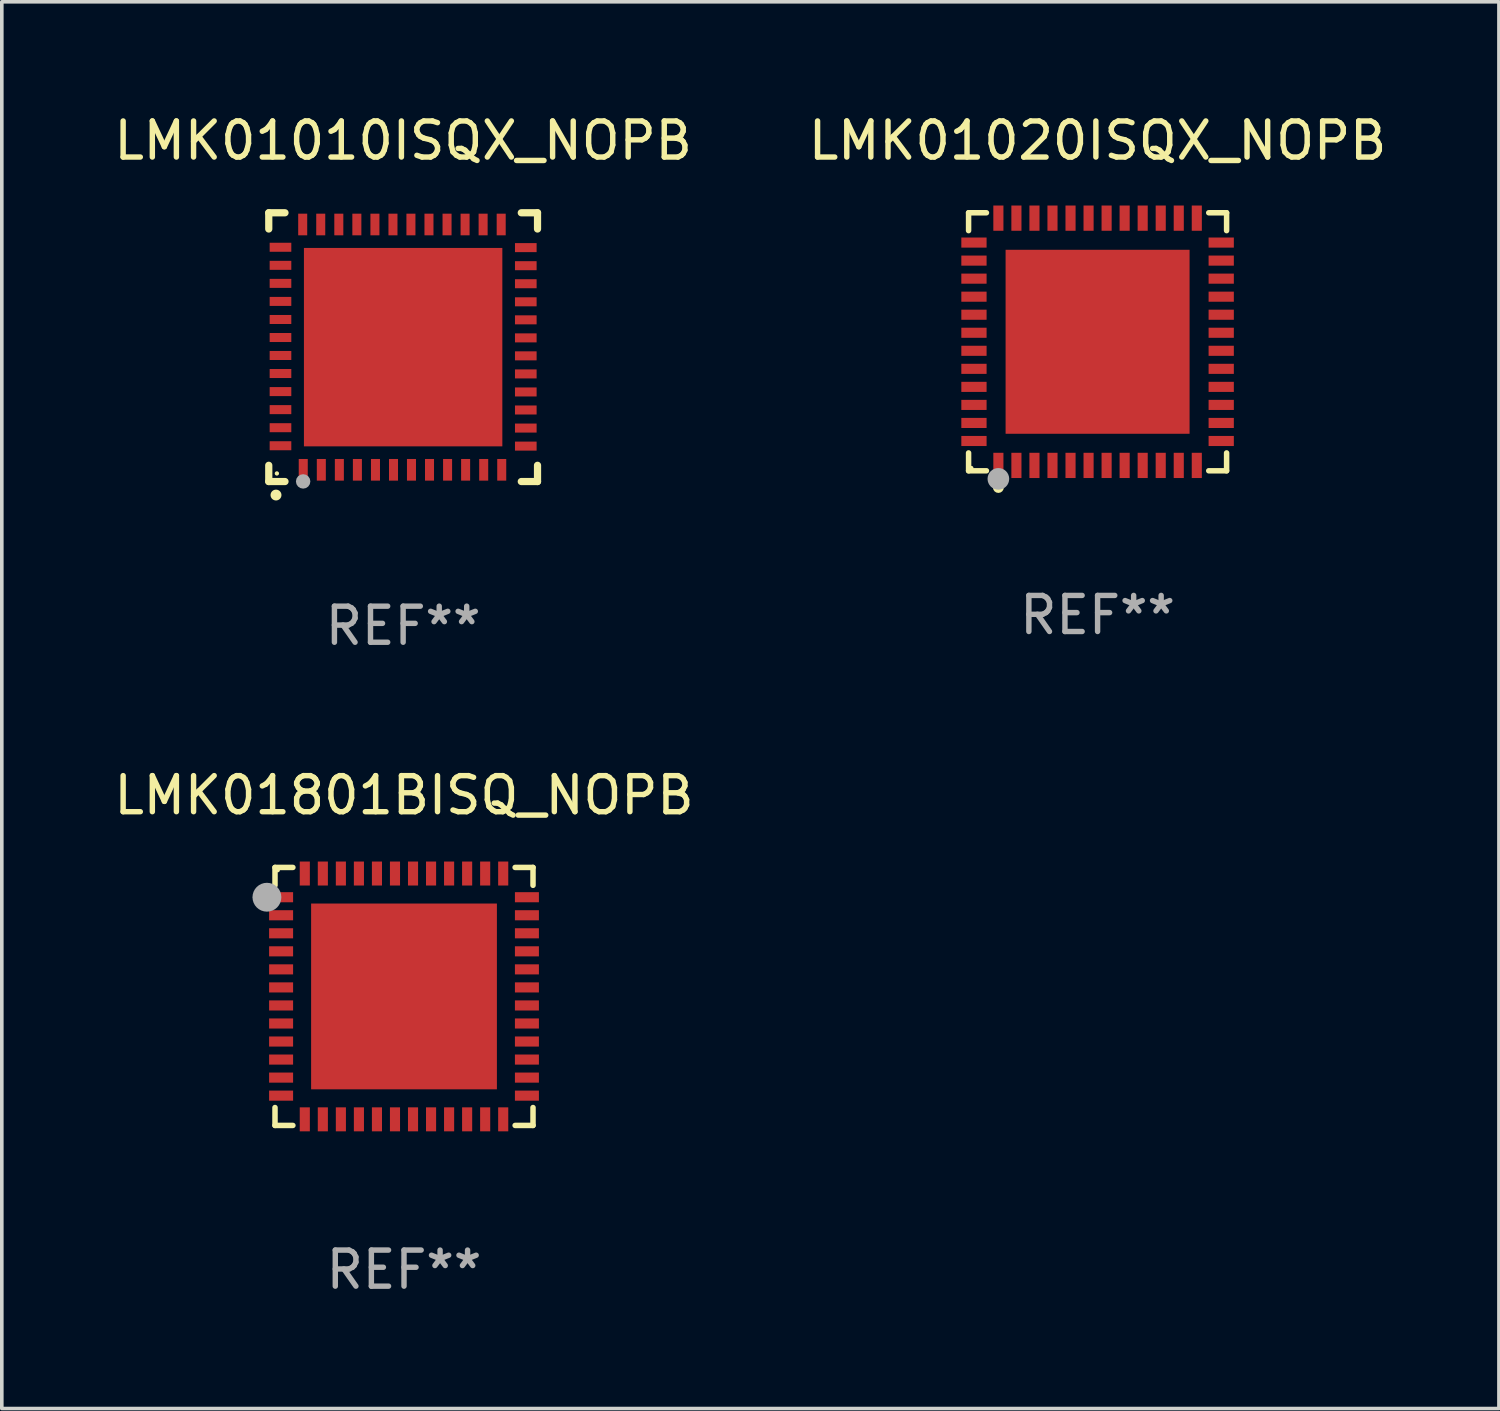
<source format=kicad_pcb>
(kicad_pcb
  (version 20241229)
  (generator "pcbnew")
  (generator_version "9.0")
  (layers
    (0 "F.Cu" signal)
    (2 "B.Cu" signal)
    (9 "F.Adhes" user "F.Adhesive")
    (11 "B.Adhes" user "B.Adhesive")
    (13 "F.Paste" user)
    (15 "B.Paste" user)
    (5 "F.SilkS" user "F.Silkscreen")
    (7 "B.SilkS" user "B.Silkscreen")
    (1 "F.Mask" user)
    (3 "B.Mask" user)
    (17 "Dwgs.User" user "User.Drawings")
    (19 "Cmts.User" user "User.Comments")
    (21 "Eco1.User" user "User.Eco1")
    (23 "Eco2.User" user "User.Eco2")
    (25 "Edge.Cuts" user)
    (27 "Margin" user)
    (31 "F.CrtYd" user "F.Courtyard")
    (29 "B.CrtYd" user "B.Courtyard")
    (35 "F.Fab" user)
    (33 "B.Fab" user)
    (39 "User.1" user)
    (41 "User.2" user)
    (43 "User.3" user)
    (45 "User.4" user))
  (footprint "LMK01010ISQX_NOPB"
    (layer "F.Cu")
    (at 8.125 6.573)
    (property "Reference" "LMK01010ISQX_NOPB" (at 0 -5.725 0) (layer "F.SilkS") (effects (font (size 1 1) (thickness 0.15))))
    (attr through_hole)
    (fp_line (start -3.725 -3.725) (end -3.275 -3.725) (stroke (width 0.2) (type solid)) (layer "F.SilkS"))
    (fp_line (start -3.725 -3.275) (end -3.725 -3.725) (stroke (width 0.2) (type solid)) (layer "F.SilkS"))
    (fp_line (start -3.725 3.725) (end -3.725 3.275) (stroke (width 0.2) (type solid)) (layer "F.SilkS"))
    (fp_line (start -3.275 3.725) (end -3.725 3.725) (stroke (width 0.2) (type solid)) (layer "F.SilkS"))
    (fp_line (start 3.275 3.725) (end 3.725 3.725) (stroke (width 0.2) (type solid)) (layer "F.SilkS"))
    (fp_line (start 3.725 -3.725) (end 3.275 -3.725) (stroke (width 0.2) (type solid)) (layer "F.SilkS"))
    (fp_line (start 3.725 -3.275) (end 3.725 -3.725) (stroke (width 0.2) (type solid)) (layer "F.SilkS"))
    (fp_line (start 3.725 3.725) (end 3.725 3.275) (stroke (width 0.2) (type solid)) (layer "F.SilkS"))
    (fp_arc (start -3.525527 4.099568) (mid -3.524257 4.099563) (end -3.522987 4.099568) (stroke (width 0.3) (type solid)) (layer "F.SilkS"))
    (fp_circle (center -3.5 3.501) (end -3.47 3.501) (stroke (width 0.06) (type solid)) (fill no) (layer "F.SilkS"))
    (fp_circle (center -2.772 3.722) (end -2.672 3.722) (stroke (width 0.2) (type solid)) (fill no) (layer "F.Fab"))
    (fp_text user "REF**" (at 0 7.725 0) (layer "F.Fab") (effects (font (size 1 1) (thickness 0.15))))
    (pad "1" smd rect (at -2.769 3.4 180) (size 0.25 0.6) (layers "F.Cu" "F.Mask" "F.Paste"))
    (pad "2" smd rect (at -2.268 3.4 180) (size 0.25 0.6) (layers "F.Cu" "F.Mask" "F.Paste"))
    (pad "3" smd rect (at -1.768 3.4 180) (size 0.25 0.6) (layers "F.Cu" "F.Mask" "F.Paste"))
    (pad "4" smd rect (at -1.268 3.4 180) (size 0.25 0.6) (layers "F.Cu" "F.Mask" "F.Paste"))
    (pad "5" smd rect (at -0.767 3.4 180) (size 0.25 0.6) (layers "F.Cu" "F.Mask" "F.Paste"))
    (pad "6" smd rect (at -0.267 3.4 180) (size 0.25 0.6) (layers "F.Cu" "F.Mask" "F.Paste"))
    (pad "7" smd rect (at 0.231 3.4 180) (size 0.25 0.6) (layers "F.Cu" "F.Mask" "F.Paste"))
    (pad "8" smd rect (at 0.731 3.4 180) (size 0.25 0.6) (layers "F.Cu" "F.Mask" "F.Paste"))
    (pad "9" smd rect (at 1.232 3.4 180) (size 0.25 0.6) (layers "F.Cu" "F.Mask" "F.Paste"))
    (pad "10" smd rect (at 1.732 3.4 180) (size 0.25 0.6) (layers "F.Cu" "F.Mask" "F.Paste"))
    (pad "11" smd rect (at 2.233 3.4 180) (size 0.25 0.6) (layers "F.Cu" "F.Mask" "F.Paste"))
    (pad "12" smd rect (at 2.733 3.4 180) (size 0.25 0.6) (layers "F.Cu" "F.Mask" "F.Paste"))
    (pad "13" smd rect (at 3.4 2.743 90) (size 0.25 0.6) (layers "F.Cu" "F.Mask" "F.Paste"))
    (pad "14" smd rect (at 3.4 2.243 90) (size 0.25 0.6) (layers "F.Cu" "F.Mask" "F.Paste"))
    (pad "15" smd rect (at 3.4 1.742 90) (size 0.25 0.6) (layers "F.Cu" "F.Mask" "F.Paste"))
    (pad "16" smd rect (at 3.4 1.242 90) (size 0.25 0.6) (layers "F.Cu" "F.Mask" "F.Paste"))
    (pad "17" smd rect (at 3.4 0.742 90) (size 0.25 0.6) (layers "F.Cu" "F.Mask" "F.Paste"))
    (pad "18" smd rect (at 3.4 0.241 90) (size 0.25 0.6) (layers "F.Cu" "F.Mask" "F.Paste"))
    (pad "19" smd rect (at 3.4 -0.257 90) (size 0.25 0.6) (layers "F.Cu" "F.Mask" "F.Paste"))
    (pad "20" smd rect (at 3.4 -0.757 90) (size 0.25 0.6) (layers "F.Cu" "F.Mask" "F.Paste"))
    (pad "21" smd rect (at 3.4 -1.257 90) (size 0.25 0.6) (layers "F.Cu" "F.Mask" "F.Paste"))
    (pad "22" smd rect (at 3.4 -1.758 90) (size 0.25 0.6) (layers "F.Cu" "F.Mask" "F.Paste"))
    (pad "23" smd rect (at 3.4 -2.258 90) (size 0.25 0.6) (layers "F.Cu" "F.Mask" "F.Paste"))
    (pad "24" smd rect (at 3.4 -2.759 90) (size 0.25 0.6) (layers "F.Cu" "F.Mask" "F.Paste"))
    (pad "25" smd rect (at 2.718 -3.4 180) (size 0.25 0.6) (layers "F.Cu" "F.Mask" "F.Paste"))
    (pad "26" smd rect (at 2.217 -3.4 180) (size 0.25 0.6) (layers "F.Cu" "F.Mask" "F.Paste"))
    (pad "27" smd rect (at 1.717 -3.4 180) (size 0.25 0.6) (layers "F.Cu" "F.Mask" "F.Paste"))
    (pad "28" smd rect (at 1.217 -3.4 180) (size 0.25 0.6) (layers "F.Cu" "F.Mask" "F.Paste"))
    (pad "29" smd rect (at 0.716 -3.4 180) (size 0.25 0.6) (layers "F.Cu" "F.Mask" "F.Paste"))
    (pad "30" smd rect (at 0.216 -3.4 180) (size 0.25 0.6) (layers "F.Cu" "F.Mask" "F.Paste"))
    (pad "31" smd rect (at -0.282 -3.4 180) (size 0.25 0.6) (layers "F.Cu" "F.Mask" "F.Paste"))
    (pad "32" smd rect (at -0.782 -3.4 180) (size 0.25 0.6) (layers "F.Cu" "F.Mask" "F.Paste"))
    (pad "33" smd rect (at -1.283 -3.4 180) (size 0.25 0.6) (layers "F.Cu" "F.Mask" "F.Paste"))
    (pad "34" smd rect (at -1.783 -3.4 180) (size 0.25 0.6) (layers "F.Cu" "F.Mask" "F.Paste"))
    (pad "35" smd rect (at -2.284 -3.4 180) (size 0.25 0.6) (layers "F.Cu" "F.Mask" "F.Paste"))
    (pad "36" smd rect (at -2.784 -3.4 180) (size 0.25 0.6) (layers "F.Cu" "F.Mask" "F.Paste"))
    (pad "37" smd rect (at -3.4 -2.769 90) (size 0.25 0.6) (layers "F.Cu" "F.Mask" "F.Paste"))
    (pad "38" smd rect (at -3.4 -2.268 90) (size 0.25 0.6) (layers "F.Cu" "F.Mask" "F.Paste"))
    (pad "39" smd rect (at -3.4 -1.768 90) (size 0.25 0.6) (layers "F.Cu" "F.Mask" "F.Paste"))
    (pad "40" smd rect (at -3.4 -1.268 90) (size 0.25 0.6) (layers "F.Cu" "F.Mask" "F.Paste"))
    (pad "41" smd rect (at -3.4 -0.767 90) (size 0.25 0.6) (layers "F.Cu" "F.Mask" "F.Paste"))
    (pad "42" smd rect (at -3.4 -0.267 90) (size 0.25 0.6) (layers "F.Cu" "F.Mask" "F.Paste"))
    (pad "43" smd rect (at -3.4 0.231 90) (size 0.25 0.6) (layers "F.Cu" "F.Mask" "F.Paste"))
    (pad "44" smd rect (at -3.4 0.731 90) (size 0.25 0.6) (layers "F.Cu" "F.Mask" "F.Paste"))
    (pad "45" smd rect (at -3.4 1.232 90) (size 0.25 0.6) (layers "F.Cu" "F.Mask" "F.Paste"))
    (pad "46" smd rect (at -3.4 1.732 90) (size 0.25 0.6) (layers "F.Cu" "F.Mask" "F.Paste"))
    (pad "47" smd rect (at -3.4 2.233 90) (size 0.25 0.6) (layers "F.Cu" "F.Mask" "F.Paste"))
    (pad "48" smd rect (at -3.4 2.733 90) (size 0.25 0.6) (layers "F.Cu" "F.Mask" "F.Paste"))
    (pad "49" smd rect (at -0.000076 -0.000076 90) (size 5.5 5.5) (layers "F.Cu" "F.Mask" "F.Paste")))
  (footprint "LMK01020ISQX_NOPB"
    (layer "F.Cu")
    (at 27.375 6.424)
    (property "Reference" "LMK01020ISQX_NOPB" (at 0 -5.576 0) (layer "F.SilkS") (effects (font (size 1 1) (thickness 0.15))))
    (attr through_hole)
    (fp_line (start -3.576 -3.576) (end -3.081 -3.576) (stroke (width 0.152) (type solid)) (layer "F.SilkS"))
    (fp_line (start -3.576 -3.081) (end -3.576 -3.576) (stroke (width 0.152) (type solid)) (layer "F.SilkS"))
    (fp_line (start -3.576 3.081) (end -3.576 3.576) (stroke (width 0.152) (type solid)) (layer "F.SilkS"))
    (fp_line (start -3.576 3.576) (end -3.081 3.576) (stroke (width 0.152) (type solid)) (layer "F.SilkS"))
    (fp_line (start 3.576 -3.576) (end 3.081 -3.576) (stroke (width 0.152) (type solid)) (layer "F.SilkS"))
    (fp_line (start 3.576 -3.081) (end 3.576 -3.576) (stroke (width 0.152) (type solid)) (layer "F.SilkS"))
    (fp_line (start 3.576 3.081) (end 3.576 3.576) (stroke (width 0.152) (type solid)) (layer "F.SilkS"))
    (fp_line (start 3.576 3.576) (end 3.081 3.576) (stroke (width 0.152) (type solid)) (layer "F.SilkS"))
    (fp_circle (center -3.5 3.5) (end -3.47 3.5) (stroke (width 0.06) (type solid)) (fill no) (layer "F.SilkS"))
    (fp_circle (center -2.75 4.04) (end -2.675 4.04) (stroke (width 0.15) (type solid)) (fill no) (layer "F.SilkS"))
    (fp_circle (center -2.75 3.8) (end -2.6 3.8) (stroke (width 0.3) (type solid)) (fill no) (layer "F.Fab"))
    (fp_text user "REF**" (at 0 7.576 0) (layer "F.Fab") (effects (font (size 1 1) (thickness 0.15))))
    (pad "1" smd rect (at -2.75 3.427) (size 0.28 0.7) (layers "F.Cu" "F.Mask" "F.Paste"))
    (pad "2" smd rect (at -2.25 3.427) (size 0.28 0.7) (layers "F.Cu" "F.Mask" "F.Paste"))
    (pad "3" smd rect (at -1.75 3.427) (size 0.28 0.7) (layers "F.Cu" "F.Mask" "F.Paste"))
    (pad "4" smd rect (at -1.25 3.427) (size 0.28 0.7) (layers "F.Cu" "F.Mask" "F.Paste"))
    (pad "5" smd rect (at -0.75 3.427) (size 0.28 0.7) (layers "F.Cu" "F.Mask" "F.Paste"))
    (pad "6" smd rect (at -0.25 3.427) (size 0.28 0.7) (layers "F.Cu" "F.Mask" "F.Paste"))
    (pad "7" smd rect (at 0.25 3.427) (size 0.28 0.7) (layers "F.Cu" "F.Mask" "F.Paste"))
    (pad "8" smd rect (at 0.75 3.427) (size 0.28 0.7) (layers "F.Cu" "F.Mask" "F.Paste"))
    (pad "9" smd rect (at 1.25 3.427) (size 0.28 0.7) (layers "F.Cu" "F.Mask" "F.Paste"))
    (pad "10" smd rect (at 1.75 3.427) (size 0.28 0.7) (layers "F.Cu" "F.Mask" "F.Paste"))
    (pad "11" smd rect (at 2.25 3.427) (size 0.28 0.7) (layers "F.Cu" "F.Mask" "F.Paste"))
    (pad "12" smd rect (at 2.75 3.427) (size 0.28 0.7) (layers "F.Cu" "F.Mask" "F.Paste"))
    (pad "13" smd rect (at 3.427 2.75) (size 0.7 0.28) (layers "F.Cu" "F.Mask" "F.Paste"))
    (pad "14" smd rect (at 3.427 2.25) (size 0.7 0.28) (layers "F.Cu" "F.Mask" "F.Paste"))
    (pad "15" smd rect (at 3.427 1.75) (size 0.7 0.28) (layers "F.Cu" "F.Mask" "F.Paste"))
    (pad "16" smd rect (at 3.427 1.25) (size 0.7 0.28) (layers "F.Cu" "F.Mask" "F.Paste"))
    (pad "17" smd rect (at 3.427 0.75) (size 0.7 0.28) (layers "F.Cu" "F.Mask" "F.Paste"))
    (pad "18" smd rect (at 3.427 0.25) (size 0.7 0.28) (layers "F.Cu" "F.Mask" "F.Paste"))
    (pad "19" smd rect (at 3.427 -0.25) (size 0.7 0.28) (layers "F.Cu" "F.Mask" "F.Paste"))
    (pad "20" smd rect (at 3.427 -0.75) (size 0.7 0.28) (layers "F.Cu" "F.Mask" "F.Paste"))
    (pad "21" smd rect (at 3.427 -1.25) (size 0.7 0.28) (layers "F.Cu" "F.Mask" "F.Paste"))
    (pad "22" smd rect (at 3.427 -1.75) (size 0.7 0.28) (layers "F.Cu" "F.Mask" "F.Paste"))
    (pad "23" smd rect (at 3.427 -2.25) (size 0.7 0.28) (layers "F.Cu" "F.Mask" "F.Paste"))
    (pad "24" smd rect (at 3.427 -2.75) (size 0.7 0.28) (layers "F.Cu" "F.Mask" "F.Paste"))
    (pad "25" smd rect (at 2.75 -3.427) (size 0.28 0.7) (layers "F.Cu" "F.Mask" "F.Paste"))
    (pad "26" smd rect (at 2.25 -3.427) (size 0.28 0.7) (layers "F.Cu" "F.Mask" "F.Paste"))
    (pad "27" smd rect (at 1.75 -3.427) (size 0.28 0.7) (layers "F.Cu" "F.Mask" "F.Paste"))
    (pad "28" smd rect (at 1.25 -3.427) (size 0.28 0.7) (layers "F.Cu" "F.Mask" "F.Paste"))
    (pad "29" smd rect (at 0.75 -3.427) (size 0.28 0.7) (layers "F.Cu" "F.Mask" "F.Paste"))
    (pad "30" smd rect (at 0.25 -3.427) (size 0.28 0.7) (layers "F.Cu" "F.Mask" "F.Paste"))
    (pad "31" smd rect (at -0.25 -3.427) (size 0.28 0.7) (layers "F.Cu" "F.Mask" "F.Paste"))
    (pad "32" smd rect (at -0.75 -3.427) (size 0.28 0.7) (layers "F.Cu" "F.Mask" "F.Paste"))
    (pad "33" smd rect (at -1.25 -3.427) (size 0.28 0.7) (layers "F.Cu" "F.Mask" "F.Paste"))
    (pad "34" smd rect (at -1.75 -3.427) (size 0.28 0.7) (layers "F.Cu" "F.Mask" "F.Paste"))
    (pad "35" smd rect (at -2.25 -3.427) (size 0.28 0.7) (layers "F.Cu" "F.Mask" "F.Paste"))
    (pad "36" smd rect (at -2.75 -3.427) (size 0.28 0.7) (layers "F.Cu" "F.Mask" "F.Paste"))
    (pad "37" smd rect (at -3.427 -2.75) (size 0.7 0.28) (layers "F.Cu" "F.Mask" "F.Paste"))
    (pad "38" smd rect (at -3.427 -2.25) (size 0.7 0.28) (layers "F.Cu" "F.Mask" "F.Paste"))
    (pad "39" smd rect (at -3.427 -1.75) (size 0.7 0.28) (layers "F.Cu" "F.Mask" "F.Paste"))
    (pad "40" smd rect (at -3.427 -1.25) (size 0.7 0.28) (layers "F.Cu" "F.Mask" "F.Paste"))
    (pad "41" smd rect (at -3.427 -0.75) (size 0.7 0.28) (layers "F.Cu" "F.Mask" "F.Paste"))
    (pad "42" smd rect (at -3.427 -0.25) (size 0.7 0.28) (layers "F.Cu" "F.Mask" "F.Paste"))
    (pad "43" smd rect (at -3.427 0.25) (size 0.7 0.28) (layers "F.Cu" "F.Mask" "F.Paste"))
    (pad "44" smd rect (at -3.427 0.75) (size 0.7 0.28) (layers "F.Cu" "F.Mask" "F.Paste"))
    (pad "45" smd rect (at -3.427 1.25) (size 0.7 0.28) (layers "F.Cu" "F.Mask" "F.Paste"))
    (pad "46" smd rect (at -3.427 1.75) (size 0.7 0.28) (layers "F.Cu" "F.Mask" "F.Paste"))
    (pad "47" smd rect (at -3.427 2.25) (size 0.7 0.28) (layers "F.Cu" "F.Mask" "F.Paste"))
    (pad "48" smd rect (at -3.427 2.75) (size 0.7 0.28) (layers "F.Cu" "F.Mask" "F.Paste"))
    (pad "49" smd rect (at 0 0) (size 5.1 5.1) (layers "F.Cu" "F.Mask" "F.Paste")))
  (footprint "LMK01801BISQ_NOPB"
    (layer "F.Cu")
    (at 8.149 24.571)
    (property "Reference" "LMK01801BISQ_NOPB" (at 0 -5.576 0) (layer "F.SilkS") (effects (font (size 1 1) (thickness 0.15))))
    (attr through_hole)
    (fp_line (start -3.576 -3.576) (end -3.576 -3.08) (stroke (width 0.152) (type solid)) (layer "F.SilkS"))
    (fp_line (start -3.576 3.576) (end -3.576 3.08) (stroke (width 0.152) (type solid)) (layer "F.SilkS"))
    (fp_line (start -3.08 -3.576) (end -3.576 -3.576) (stroke (width 0.152) (type solid)) (layer "F.SilkS"))
    (fp_line (start -3.08 3.576) (end -3.576 3.576) (stroke (width 0.152) (type solid)) (layer "F.SilkS"))
    (fp_line (start 3.08 -3.576) (end 3.576 -3.576) (stroke (width 0.152) (type solid)) (layer "F.SilkS"))
    (fp_line (start 3.08 3.576) (end 3.576 3.576) (stroke (width 0.152) (type solid)) (layer "F.SilkS"))
    (fp_line (start 3.576 -3.576) (end 3.576 -3.08) (stroke (width 0.152) (type solid)) (layer "F.SilkS"))
    (fp_line (start 3.576 3.576) (end 3.576 3.08) (stroke (width 0.152) (type solid)) (layer "F.SilkS"))
    (fp_circle (center -4.04 -2.75) (end -3.965 -2.75) (stroke (width 0.15) (type solid)) (fill no) (layer "F.SilkS"))
    (fp_circle (center -3.5 -3.5) (end -3.47 -3.5) (stroke (width 0.06) (type solid)) (fill no) (layer "F.SilkS"))
    (fp_circle (center -3.8 -2.75) (end -3.6 -2.75) (stroke (width 0.4) (type solid)) (fill no) (layer "F.Fab"))
    (fp_text user "REF**" (at 0 7.576 0) (layer "F.Fab") (effects (font (size 1 1) (thickness 0.15))))
    (pad "1" smd rect (at -3.407 -2.75) (size 0.665 0.28) (layers "F.Cu" "F.Mask" "F.Paste"))
    (pad "2" smd rect (at -3.407 -2.25) (size 0.665 0.28) (layers "F.Cu" "F.Mask" "F.Paste"))
    (pad "3" smd rect (at -3.407 -1.75) (size 0.665 0.28) (layers "F.Cu" "F.Mask" "F.Paste"))
    (pad "4" smd rect (at -3.407 -1.25) (size 0.665 0.28) (layers "F.Cu" "F.Mask" "F.Paste"))
    (pad "5" smd rect (at -3.407 -0.75) (size 0.665 0.28) (layers "F.Cu" "F.Mask" "F.Paste"))
    (pad "6" smd rect (at -3.407 -0.25) (size 0.665 0.28) (layers "F.Cu" "F.Mask" "F.Paste"))
    (pad "7" smd rect (at -3.407 0.25) (size 0.665 0.28) (layers "F.Cu" "F.Mask" "F.Paste"))
    (pad "8" smd rect (at -3.407 0.75) (size 0.665 0.28) (layers "F.Cu" "F.Mask" "F.Paste"))
    (pad "9" smd rect (at -3.407 1.25) (size 0.665 0.28) (layers "F.Cu" "F.Mask" "F.Paste"))
    (pad "10" smd rect (at -3.407 1.75) (size 0.665 0.28) (layers "F.Cu" "F.Mask" "F.Paste"))
    (pad "11" smd rect (at -3.407 2.25) (size 0.665 0.28) (layers "F.Cu" "F.Mask" "F.Paste"))
    (pad "12" smd rect (at -3.407 2.75) (size 0.665 0.28) (layers "F.Cu" "F.Mask" "F.Paste"))
    (pad "13" smd rect (at -2.75 3.407) (size 0.28 0.665) (layers "F.Cu" "F.Mask" "F.Paste"))
    (pad "14" smd rect (at -2.25 3.407) (size 0.28 0.665) (layers "F.Cu" "F.Mask" "F.Paste"))
    (pad "15" smd rect (at -1.75 3.407) (size 0.28 0.665) (layers "F.Cu" "F.Mask" "F.Paste"))
    (pad "16" smd rect (at -1.25 3.407) (size 0.28 0.665) (layers "F.Cu" "F.Mask" "F.Paste"))
    (pad "17" smd rect (at -0.75 3.407) (size 0.28 0.665) (layers "F.Cu" "F.Mask" "F.Paste"))
    (pad "18" smd rect (at -0.25 3.407) (size 0.28 0.665) (layers "F.Cu" "F.Mask" "F.Paste"))
    (pad "19" smd rect (at 0.25 3.407) (size 0.28 0.665) (layers "F.Cu" "F.Mask" "F.Paste"))
    (pad "20" smd rect (at 0.75 3.407) (size 0.28 0.665) (layers "F.Cu" "F.Mask" "F.Paste"))
    (pad "21" smd rect (at 1.25 3.407) (size 0.28 0.665) (layers "F.Cu" "F.Mask" "F.Paste"))
    (pad "22" smd rect (at 1.75 3.407) (size 0.28 0.665) (layers "F.Cu" "F.Mask" "F.Paste"))
    (pad "23" smd rect (at 2.25 3.407) (size 0.28 0.665) (layers "F.Cu" "F.Mask" "F.Paste"))
    (pad "24" smd rect (at 2.75 3.407) (size 0.28 0.665) (layers "F.Cu" "F.Mask" "F.Paste"))
    (pad "25" smd rect (at 3.407 2.75) (size 0.665 0.28) (layers "F.Cu" "F.Mask" "F.Paste"))
    (pad "26" smd rect (at 3.407 2.25) (size 0.665 0.28) (layers "F.Cu" "F.Mask" "F.Paste"))
    (pad "27" smd rect (at 3.407 1.75) (size 0.665 0.28) (layers "F.Cu" "F.Mask" "F.Paste"))
    (pad "28" smd rect (at 3.407 1.25) (size 0.665 0.28) (layers "F.Cu" "F.Mask" "F.Paste"))
    (pad "29" smd rect (at 3.407 0.75) (size 0.665 0.28) (layers "F.Cu" "F.Mask" "F.Paste"))
    (pad "30" smd rect (at 3.407 0.25) (size 0.665 0.28) (layers "F.Cu" "F.Mask" "F.Paste"))
    (pad "31" smd rect (at 3.407 -0.25) (size 0.665 0.28) (layers "F.Cu" "F.Mask" "F.Paste"))
    (pad "32" smd rect (at 3.407 -0.75) (size 0.665 0.28) (layers "F.Cu" "F.Mask" "F.Paste"))
    (pad "33" smd rect (at 3.407 -1.25) (size 0.665 0.28) (layers "F.Cu" "F.Mask" "F.Paste"))
    (pad "34" smd rect (at 3.407 -1.75) (size 0.665 0.28) (layers "F.Cu" "F.Mask" "F.Paste"))
    (pad "35" smd rect (at 3.407 -2.25) (size 0.665 0.28) (layers "F.Cu" "F.Mask" "F.Paste"))
    (pad "36" smd rect (at 3.407 -2.75) (size 0.665 0.28) (layers "F.Cu" "F.Mask" "F.Paste"))
    (pad "37" smd rect (at 2.75 -3.407) (size 0.28 0.665) (layers "F.Cu" "F.Mask" "F.Paste"))
    (pad "38" smd rect (at 2.25 -3.407) (size 0.28 0.665) (layers "F.Cu" "F.Mask" "F.Paste"))
    (pad "39" smd rect (at 1.75 -3.407) (size 0.28 0.665) (layers "F.Cu" "F.Mask" "F.Paste"))
    (pad "40" smd rect (at 1.25 -3.407) (size 0.28 0.665) (layers "F.Cu" "F.Mask" "F.Paste"))
    (pad "41" smd rect (at 0.75 -3.407) (size 0.28 0.665) (layers "F.Cu" "F.Mask" "F.Paste"))
    (pad "42" smd rect (at 0.25 -3.407) (size 0.28 0.665) (layers "F.Cu" "F.Mask" "F.Paste"))
    (pad "43" smd rect (at -0.25 -3.407) (size 0.28 0.665) (layers "F.Cu" "F.Mask" "F.Paste"))
    (pad "44" smd rect (at -0.75 -3.407) (size 0.28 0.665) (layers "F.Cu" "F.Mask" "F.Paste"))
    (pad "45" smd rect (at -1.25 -3.407) (size 0.28 0.665) (layers "F.Cu" "F.Mask" "F.Paste"))
    (pad "46" smd rect (at -1.75 -3.407) (size 0.28 0.665) (layers "F.Cu" "F.Mask" "F.Paste"))
    (pad "47" smd rect (at -2.25 -3.407) (size 0.28 0.665) (layers "F.Cu" "F.Mask" "F.Paste"))
    (pad "48" smd rect (at -2.75 -3.407) (size 0.28 0.665) (layers "F.Cu" "F.Mask" "F.Paste"))
    (pad "49" smd rect (at 0 0) (size 5.15 5.15) (layers "F.Cu" "F.Mask" "F.Paste")))
  (gr_rect
    (start -3 -3)
    (end 38.5 35.995)
    (stroke (width 0.1) (type default))
    (fill no)
    (layer "Edge.Cuts")))
</source>
